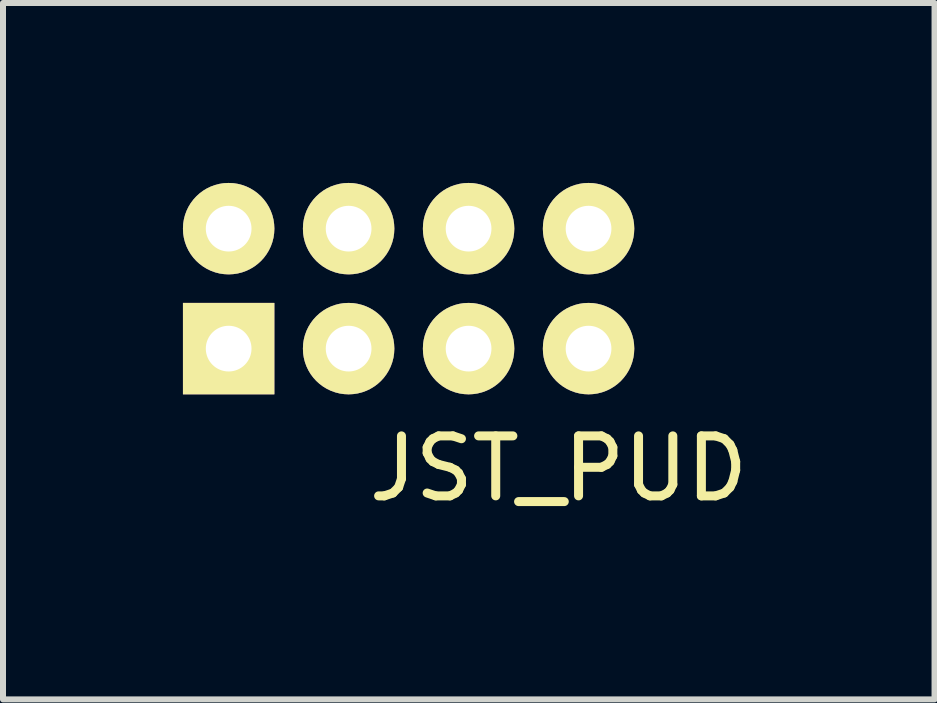
<source format=kicad_pcb>
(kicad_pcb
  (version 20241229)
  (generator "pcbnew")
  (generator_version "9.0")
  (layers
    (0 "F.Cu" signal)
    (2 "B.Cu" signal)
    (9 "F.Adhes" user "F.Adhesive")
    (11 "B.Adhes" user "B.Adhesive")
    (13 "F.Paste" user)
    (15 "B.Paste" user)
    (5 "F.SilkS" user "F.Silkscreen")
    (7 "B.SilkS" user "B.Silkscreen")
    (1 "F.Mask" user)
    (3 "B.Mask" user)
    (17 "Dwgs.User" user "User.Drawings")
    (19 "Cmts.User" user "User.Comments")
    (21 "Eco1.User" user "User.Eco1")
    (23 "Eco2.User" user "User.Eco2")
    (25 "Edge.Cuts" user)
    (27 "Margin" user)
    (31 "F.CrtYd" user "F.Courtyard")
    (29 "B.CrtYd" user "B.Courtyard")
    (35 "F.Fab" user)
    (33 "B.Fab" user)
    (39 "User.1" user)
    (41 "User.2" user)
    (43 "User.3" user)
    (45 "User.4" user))
  (footprint "JST_PUD"
    (layer "F.Cu")
    (at 3.762 1.762)
    (property "Reference" "JST_PUD" (at 2.5 3 0) (layer "F.SilkS") (effects (font (size 1 1) (thickness 0.15))))
    (attr through_hole)
    (pad "1" thru_hole rect (at -3 1) (size 1.524 1.524) (drill 0.762) (layers "*.Cu" "*.Mask" "F.SilkS"))
    (pad "2" thru_hole circle (at -3 -1) (size 1.524 1.524) (drill 0.762) (layers "*.Cu" "*.Mask" "F.SilkS"))
    (pad "3" thru_hole circle (at -1 1) (size 1.524 1.524) (drill 0.762) (layers "*.Cu" "*.Mask" "F.SilkS"))
    (pad "4" thru_hole circle (at -1 -1) (size 1.524 1.524) (drill 0.762) (layers "*.Cu" "*.Mask" "F.SilkS"))
    (pad "5" thru_hole circle (at 1 1) (size 1.524 1.524) (drill 0.762) (layers "*.Cu" "*.Mask" "F.SilkS"))
    (pad "6" thru_hole circle (at 1 -1) (size 1.524 1.524) (drill 0.762) (layers "*.Cu" "*.Mask" "F.SilkS"))
    (pad "7" thru_hole circle (at 3 1) (size 1.524 1.524) (drill 0.762) (layers "*.Cu" "*.Mask" "F.SilkS"))
    (pad "8" thru_hole circle (at 3 -1) (size 1.524 1.524) (drill 0.762) (layers "*.Cu" "*.Mask" "F.SilkS")))
  (gr_rect
    (start -3 -3)
    (end 12.53 8.61)
    (stroke (width 0.1) (type default))
    (fill no)
    (layer "Edge.Cuts")))
</source>
